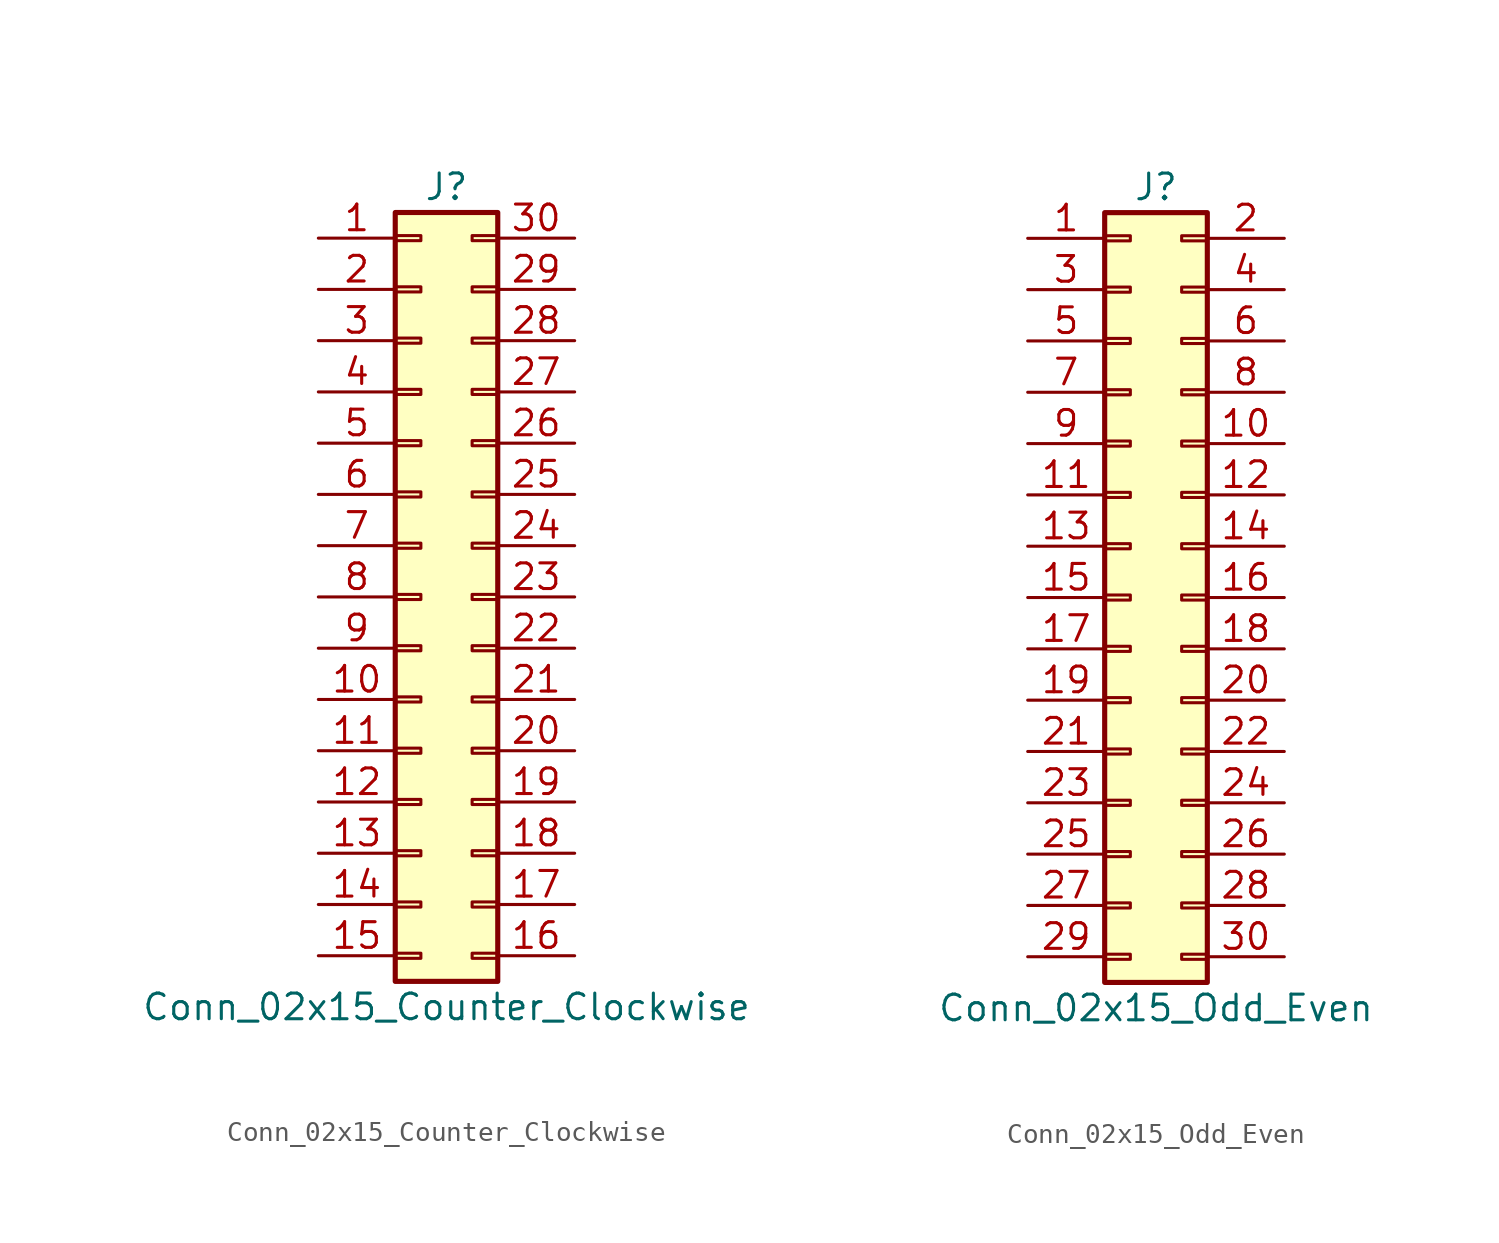
<source format=kicad_sym>
(kicad_symbol_lib
  (version 20220914)
  (generator kicad_symbol_editor)
  (symbol "Conn_02x15_Counter_Clockwise"
    (pin_names
      (offset 1.016) hide)
    (property "Reference" "J"
      (at 1.27 20.32 0)
      (effects (font (size 1.27 1.27))))
    (property "Value" "Conn_02x15_Counter_Clockwise"
      (at 1.27 -20.32 0)
      (effects (font (size 1.27 1.27))))
    (symbol "Conn_02x15_Counter_Clockwise_1_1"
      (rectangle (start -1.27 -17.653) (end 0 -17.907) (stroke (width 0.152) (type solid)) (fill (type none)))
      (rectangle (start -1.27 -15.113) (end 0 -15.367) (stroke (width 0.152) (type solid)) (fill (type none)))
      (rectangle (start -1.27 -12.573) (end 0 -12.827) (stroke (width 0.152) (type solid)) (fill (type none)))
      (rectangle (start -1.27 -10.033) (end 0 -10.287) (stroke (width 0.152) (type solid)) (fill (type none)))
      (rectangle (start -1.27 -7.493) (end 0 -7.747) (stroke (width 0.152) (type solid)) (fill (type none)))
      (rectangle (start -1.27 -4.953) (end 0 -5.207) (stroke (width 0.152) (type solid)) (fill (type none)))
      (rectangle (start -1.27 -2.413) (end 0 -2.667) (stroke (width 0.152) (type solid)) (fill (type none)))
      (rectangle (start -1.27 0.127) (end 0 -0.127) (stroke (width 0.152) (type solid)) (fill (type none)))
      (rectangle (start -1.27 2.667) (end 0 2.413) (stroke (width 0.152) (type solid)) (fill (type none)))
      (rectangle (start -1.27 5.207) (end 0 4.953) (stroke (width 0.152) (type solid)) (fill (type none)))
      (rectangle (start -1.27 7.747) (end 0 7.493) (stroke (width 0.152) (type solid)) (fill (type none)))
      (rectangle (start -1.27 10.287) (end 0 10.033) (stroke (width 0.152) (type solid)) (fill (type none)))
      (rectangle (start -1.27 12.827) (end 0 12.573) (stroke (width 0.152) (type solid)) (fill (type none)))
      (rectangle (start -1.27 15.367) (end 0 15.113) (stroke (width 0.152) (type solid)) (fill (type none)))
      (rectangle (start -1.27 17.907) (end 0 17.653) (stroke (width 0.152) (type solid)) (fill (type none)))
      (rectangle (start -1.27 19.05) (end 3.81 -19.05) (stroke (width 0.254) (type solid)) (fill (type background)))
      (rectangle (start 3.81 -17.653) (end 2.54 -17.907) (stroke (width 0.152) (type solid)) (fill (type none)))
      (rectangle (start 3.81 -15.113) (end 2.54 -15.367) (stroke (width 0.152) (type solid)) (fill (type none)))
      (rectangle (start 3.81 -12.573) (end 2.54 -12.827) (stroke (width 0.152) (type solid)) (fill (type none)))
      (rectangle (start 3.81 -10.033) (end 2.54 -10.287) (stroke (width 0.152) (type solid)) (fill (type none)))
      (rectangle (start 3.81 -7.493) (end 2.54 -7.747) (stroke (width 0.152) (type solid)) (fill (type none)))
      (rectangle (start 3.81 -4.953) (end 2.54 -5.207) (stroke (width 0.152) (type solid)) (fill (type none)))
      (rectangle (start 3.81 -2.413) (end 2.54 -2.667) (stroke (width 0.152) (type solid)) (fill (type none)))
      (rectangle (start 3.81 0.127) (end 2.54 -0.127) (stroke (width 0.152) (type solid)) (fill (type none)))
      (rectangle (start 3.81 2.667) (end 2.54 2.413) (stroke (width 0.152) (type solid)) (fill (type none)))
      (rectangle (start 3.81 5.207) (end 2.54 4.953) (stroke (width 0.152) (type solid)) (fill (type none)))
      (rectangle (start 3.81 7.747) (end 2.54 7.493) (stroke (width 0.152) (type solid)) (fill (type none)))
      (rectangle (start 3.81 10.287) (end 2.54 10.033) (stroke (width 0.152) (type solid)) (fill (type none)))
      (rectangle (start 3.81 12.827) (end 2.54 12.573) (stroke (width 0.152) (type solid)) (fill (type none)))
      (rectangle (start 3.81 15.367) (end 2.54 15.113) (stroke (width 0.152) (type solid)) (fill (type none)))
      (rectangle (start 3.81 17.907) (end 2.54 17.653) (stroke (width 0.152) (type solid)) (fill (type none)))
      (pin passive line (at -5.08 17.78 0) (length 3.81) (name "Pin_1" (effects (font (size 1.27 1.27)))) (number "1" (effects (font (size 1.27 1.27)))))
      (pin passive line (at -5.08 -5.08 0) (length 3.81) (name "Pin_10" (effects (font (size 1.27 1.27)))) (number "10" (effects (font (size 1.27 1.27)))))
      (pin passive line (at -5.08 -7.62 0) (length 3.81) (name "Pin_11" (effects (font (size 1.27 1.27)))) (number "11" (effects (font (size 1.27 1.27)))))
      (pin passive line (at -5.08 -10.16 0) (length 3.81) (name "Pin_12" (effects (font (size 1.27 1.27)))) (number "12" (effects (font (size 1.27 1.27)))))
      (pin passive line (at -5.08 -12.7 0) (length 3.81) (name "Pin_13" (effects (font (size 1.27 1.27)))) (number "13" (effects (font (size 1.27 1.27)))))
      (pin passive line (at -5.08 -15.24 0) (length 3.81) (name "Pin_14" (effects (font (size 1.27 1.27)))) (number "14" (effects (font (size 1.27 1.27)))))
      (pin passive line (at -5.08 -17.78 0) (length 3.81) (name "Pin_15" (effects (font (size 1.27 1.27)))) (number "15" (effects (font (size 1.27 1.27)))))
      (pin passive line (at 7.62 -17.78 180) (length 3.81) (name "Pin_16" (effects (font (size 1.27 1.27)))) (number "16" (effects (font (size 1.27 1.27)))))
      (pin passive line (at 7.62 -15.24 180) (length 3.81) (name "Pin_17" (effects (font (size 1.27 1.27)))) (number "17" (effects (font (size 1.27 1.27)))))
      (pin passive line (at 7.62 -12.7 180) (length 3.81) (name "Pin_18" (effects (font (size 1.27 1.27)))) (number "18" (effects (font (size 1.27 1.27)))))
      (pin passive line (at 7.62 -10.16 180) (length 3.81) (name "Pin_19" (effects (font (size 1.27 1.27)))) (number "19" (effects (font (size 1.27 1.27)))))
      (pin passive line (at -5.08 15.24 0) (length 3.81) (name "Pin_2" (effects (font (size 1.27 1.27)))) (number "2" (effects (font (size 1.27 1.27)))))
      (pin passive line (at 7.62 -7.62 180) (length 3.81) (name "Pin_20" (effects (font (size 1.27 1.27)))) (number "20" (effects (font (size 1.27 1.27)))))
      (pin passive line (at 7.62 -5.08 180) (length 3.81) (name "Pin_21" (effects (font (size 1.27 1.27)))) (number "21" (effects (font (size 1.27 1.27)))))
      (pin passive line (at 7.62 -2.54 180) (length 3.81) (name "Pin_22" (effects (font (size 1.27 1.27)))) (number "22" (effects (font (size 1.27 1.27)))))
      (pin passive line (at 7.62 0 180) (length 3.81) (name "Pin_23" (effects (font (size 1.27 1.27)))) (number "23" (effects (font (size 1.27 1.27)))))
      (pin passive line (at 7.62 2.54 180) (length 3.81) (name "Pin_24" (effects (font (size 1.27 1.27)))) (number "24" (effects (font (size 1.27 1.27)))))
      (pin passive line (at 7.62 5.08 180) (length 3.81) (name "Pin_25" (effects (font (size 1.27 1.27)))) (number "25" (effects (font (size 1.27 1.27)))))
      (pin passive line (at 7.62 7.62 180) (length 3.81) (name "Pin_26" (effects (font (size 1.27 1.27)))) (number "26" (effects (font (size 1.27 1.27)))))
      (pin passive line (at 7.62 10.16 180) (length 3.81) (name "Pin_27" (effects (font (size 1.27 1.27)))) (number "27" (effects (font (size 1.27 1.27)))))
      (pin passive line (at 7.62 12.7 180) (length 3.81) (name "Pin_28" (effects (font (size 1.27 1.27)))) (number "28" (effects (font (size 1.27 1.27)))))
      (pin passive line (at 7.62 15.24 180) (length 3.81) (name "Pin_29" (effects (font (size 1.27 1.27)))) (number "29" (effects (font (size 1.27 1.27)))))
      (pin passive line (at -5.08 12.7 0) (length 3.81) (name "Pin_3" (effects (font (size 1.27 1.27)))) (number "3" (effects (font (size 1.27 1.27)))))
      (pin passive line (at 7.62 17.78 180) (length 3.81) (name "Pin_30" (effects (font (size 1.27 1.27)))) (number "30" (effects (font (size 1.27 1.27)))))
      (pin passive line (at -5.08 10.16 0) (length 3.81) (name "Pin_4" (effects (font (size 1.27 1.27)))) (number "4" (effects (font (size 1.27 1.27)))))
      (pin passive line (at -5.08 7.62 0) (length 3.81) (name "Pin_5" (effects (font (size 1.27 1.27)))) (number "5" (effects (font (size 1.27 1.27)))))
      (pin passive line (at -5.08 5.08 0) (length 3.81) (name "Pin_6" (effects (font (size 1.27 1.27)))) (number "6" (effects (font (size 1.27 1.27)))))
      (pin passive line (at -5.08 2.54 0) (length 3.81) (name "Pin_7" (effects (font (size 1.27 1.27)))) (number "7" (effects (font (size 1.27 1.27)))))
      (pin passive line (at -5.08 0 0) (length 3.81) (name "Pin_8" (effects (font (size 1.27 1.27)))) (number "8" (effects (font (size 1.27 1.27)))))
      (pin passive line (at -5.08 -2.54 0) (length 3.81) (name "Pin_9" (effects (font (size 1.27 1.27)))) (number "9" (effects (font (size 1.27 1.27)))))))
  (symbol "Conn_02x15_Odd_Even"
    (pin_names
      (offset 1.016) hide)
    (property "Reference" "J"
      (at 1.27 20.32 0)
      (effects (font (size 1.27 1.27))))
    (property "Value" "Conn_02x15_Odd_Even"
      (at 1.27 -20.32 0)
      (effects (font (size 1.27 1.27))))
    (symbol "Conn_02x15_Odd_Even_1_1"
      (rectangle (start -1.27 -17.653) (end 0 -17.907) (stroke (width 0.152) (type solid)) (fill (type none)))
      (rectangle (start -1.27 -15.113) (end 0 -15.367) (stroke (width 0.152) (type solid)) (fill (type none)))
      (rectangle (start -1.27 -12.573) (end 0 -12.827) (stroke (width 0.152) (type solid)) (fill (type none)))
      (rectangle (start -1.27 -10.033) (end 0 -10.287) (stroke (width 0.152) (type solid)) (fill (type none)))
      (rectangle (start -1.27 -7.493) (end 0 -7.747) (stroke (width 0.152) (type solid)) (fill (type none)))
      (rectangle (start -1.27 -4.953) (end 0 -5.207) (stroke (width 0.152) (type solid)) (fill (type none)))
      (rectangle (start -1.27 -2.413) (end 0 -2.667) (stroke (width 0.152) (type solid)) (fill (type none)))
      (rectangle (start -1.27 0.127) (end 0 -0.127) (stroke (width 0.152) (type solid)) (fill (type none)))
      (rectangle (start -1.27 2.667) (end 0 2.413) (stroke (width 0.152) (type solid)) (fill (type none)))
      (rectangle (start -1.27 5.207) (end 0 4.953) (stroke (width 0.152) (type solid)) (fill (type none)))
      (rectangle (start -1.27 7.747) (end 0 7.493) (stroke (width 0.152) (type solid)) (fill (type none)))
      (rectangle (start -1.27 10.287) (end 0 10.033) (stroke (width 0.152) (type solid)) (fill (type none)))
      (rectangle (start -1.27 12.827) (end 0 12.573) (stroke (width 0.152) (type solid)) (fill (type none)))
      (rectangle (start -1.27 15.367) (end 0 15.113) (stroke (width 0.152) (type solid)) (fill (type none)))
      (rectangle (start -1.27 17.907) (end 0 17.653) (stroke (width 0.152) (type solid)) (fill (type none)))
      (rectangle (start -1.27 19.05) (end 3.81 -19.05) (stroke (width 0.254) (type solid)) (fill (type background)))
      (rectangle (start 3.81 -17.653) (end 2.54 -17.907) (stroke (width 0.152) (type solid)) (fill (type none)))
      (rectangle (start 3.81 -15.113) (end 2.54 -15.367) (stroke (width 0.152) (type solid)) (fill (type none)))
      (rectangle (start 3.81 -12.573) (end 2.54 -12.827) (stroke (width 0.152) (type solid)) (fill (type none)))
      (rectangle (start 3.81 -10.033) (end 2.54 -10.287) (stroke (width 0.152) (type solid)) (fill (type none)))
      (rectangle (start 3.81 -7.493) (end 2.54 -7.747) (stroke (width 0.152) (type solid)) (fill (type none)))
      (rectangle (start 3.81 -4.953) (end 2.54 -5.207) (stroke (width 0.152) (type solid)) (fill (type none)))
      (rectangle (start 3.81 -2.413) (end 2.54 -2.667) (stroke (width 0.152) (type solid)) (fill (type none)))
      (rectangle (start 3.81 0.127) (end 2.54 -0.127) (stroke (width 0.152) (type solid)) (fill (type none)))
      (rectangle (start 3.81 2.667) (end 2.54 2.413) (stroke (width 0.152) (type solid)) (fill (type none)))
      (rectangle (start 3.81 5.207) (end 2.54 4.953) (stroke (width 0.152) (type solid)) (fill (type none)))
      (rectangle (start 3.81 7.747) (end 2.54 7.493) (stroke (width 0.152) (type solid)) (fill (type none)))
      (rectangle (start 3.81 10.287) (end 2.54 10.033) (stroke (width 0.152) (type solid)) (fill (type none)))
      (rectangle (start 3.81 12.827) (end 2.54 12.573) (stroke (width 0.152) (type solid)) (fill (type none)))
      (rectangle (start 3.81 15.367) (end 2.54 15.113) (stroke (width 0.152) (type solid)) (fill (type none)))
      (rectangle (start 3.81 17.907) (end 2.54 17.653) (stroke (width 0.152) (type solid)) (fill (type none)))
      (pin passive line (at -5.08 17.78 0) (length 3.81) (name "Pin_1" (effects (font (size 1.27 1.27)))) (number "1" (effects (font (size 1.27 1.27)))))
      (pin passive line (at 7.62 7.62 180) (length 3.81) (name "Pin_10" (effects (font (size 1.27 1.27)))) (number "10" (effects (font (size 1.27 1.27)))))
      (pin passive line (at -5.08 5.08 0) (length 3.81) (name "Pin_11" (effects (font (size 1.27 1.27)))) (number "11" (effects (font (size 1.27 1.27)))))
      (pin passive line (at 7.62 5.08 180) (length 3.81) (name "Pin_12" (effects (font (size 1.27 1.27)))) (number "12" (effects (font (size 1.27 1.27)))))
      (pin passive line (at -5.08 2.54 0) (length 3.81) (name "Pin_13" (effects (font (size 1.27 1.27)))) (number "13" (effects (font (size 1.27 1.27)))))
      (pin passive line (at 7.62 2.54 180) (length 3.81) (name "Pin_14" (effects (font (size 1.27 1.27)))) (number "14" (effects (font (size 1.27 1.27)))))
      (pin passive line (at -5.08 0 0) (length 3.81) (name "Pin_15" (effects (font (size 1.27 1.27)))) (number "15" (effects (font (size 1.27 1.27)))))
      (pin passive line (at 7.62 0 180) (length 3.81) (name "Pin_16" (effects (font (size 1.27 1.27)))) (number "16" (effects (font (size 1.27 1.27)))))
      (pin passive line (at -5.08 -2.54 0) (length 3.81) (name "Pin_17" (effects (font (size 1.27 1.27)))) (number "17" (effects (font (size 1.27 1.27)))))
      (pin passive line (at 7.62 -2.54 180) (length 3.81) (name "Pin_18" (effects (font (size 1.27 1.27)))) (number "18" (effects (font (size 1.27 1.27)))))
      (pin passive line (at -5.08 -5.08 0) (length 3.81) (name "Pin_19" (effects (font (size 1.27 1.27)))) (number "19" (effects (font (size 1.27 1.27)))))
      (pin passive line (at 7.62 17.78 180) (length 3.81) (name "Pin_2" (effects (font (size 1.27 1.27)))) (number "2" (effects (font (size 1.27 1.27)))))
      (pin passive line (at 7.62 -5.08 180) (length 3.81) (name "Pin_20" (effects (font (size 1.27 1.27)))) (number "20" (effects (font (size 1.27 1.27)))))
      (pin passive line (at -5.08 -7.62 0) (length 3.81) (name "Pin_21" (effects (font (size 1.27 1.27)))) (number "21" (effects (font (size 1.27 1.27)))))
      (pin passive line (at 7.62 -7.62 180) (length 3.81) (name "Pin_22" (effects (font (size 1.27 1.27)))) (number "22" (effects (font (size 1.27 1.27)))))
      (pin passive line (at -5.08 -10.16 0) (length 3.81) (name "Pin_23" (effects (font (size 1.27 1.27)))) (number "23" (effects (font (size 1.27 1.27)))))
      (pin passive line (at 7.62 -10.16 180) (length 3.81) (name "Pin_24" (effects (font (size 1.27 1.27)))) (number "24" (effects (font (size 1.27 1.27)))))
      (pin passive line (at -5.08 -12.7 0) (length 3.81) (name "Pin_25" (effects (font (size 1.27 1.27)))) (number "25" (effects (font (size 1.27 1.27)))))
      (pin passive line (at 7.62 -12.7 180) (length 3.81) (name "Pin_26" (effects (font (size 1.27 1.27)))) (number "26" (effects (font (size 1.27 1.27)))))
      (pin passive line (at -5.08 -15.24 0) (length 3.81) (name "Pin_27" (effects (font (size 1.27 1.27)))) (number "27" (effects (font (size 1.27 1.27)))))
      (pin passive line (at 7.62 -15.24 180) (length 3.81) (name "Pin_28" (effects (font (size 1.27 1.27)))) (number "28" (effects (font (size 1.27 1.27)))))
      (pin passive line (at -5.08 -17.78 0) (length 3.81) (name "Pin_29" (effects (font (size 1.27 1.27)))) (number "29" (effects (font (size 1.27 1.27)))))
      (pin passive line (at -5.08 15.24 0) (length 3.81) (name "Pin_3" (effects (font (size 1.27 1.27)))) (number "3" (effects (font (size 1.27 1.27)))))
      (pin passive line (at 7.62 -17.78 180) (length 3.81) (name "Pin_30" (effects (font (size 1.27 1.27)))) (number "30" (effects (font (size 1.27 1.27)))))
      (pin passive line (at 7.62 15.24 180) (length 3.81) (name "Pin_4" (effects (font (size 1.27 1.27)))) (number "4" (effects (font (size 1.27 1.27)))))
      (pin passive line (at -5.08 12.7 0) (length 3.81) (name "Pin_5" (effects (font (size 1.27 1.27)))) (number "5" (effects (font (size 1.27 1.27)))))
      (pin passive line (at 7.62 12.7 180) (length 3.81) (name "Pin_6" (effects (font (size 1.27 1.27)))) (number "6" (effects (font (size 1.27 1.27)))))
      (pin passive line (at -5.08 10.16 0) (length 3.81) (name "Pin_7" (effects (font (size 1.27 1.27)))) (number "7" (effects (font (size 1.27 1.27)))))
      (pin passive line (at 7.62 10.16 180) (length 3.81) (name "Pin_8" (effects (font (size 1.27 1.27)))) (number "8" (effects (font (size 1.27 1.27)))))
      (pin passive line (at -5.08 7.62 0) (length 3.81) (name "Pin_9" (effects (font (size 1.27 1.27)))) (number "9" (effects (font (size 1.27 1.27))))))))
</source>
